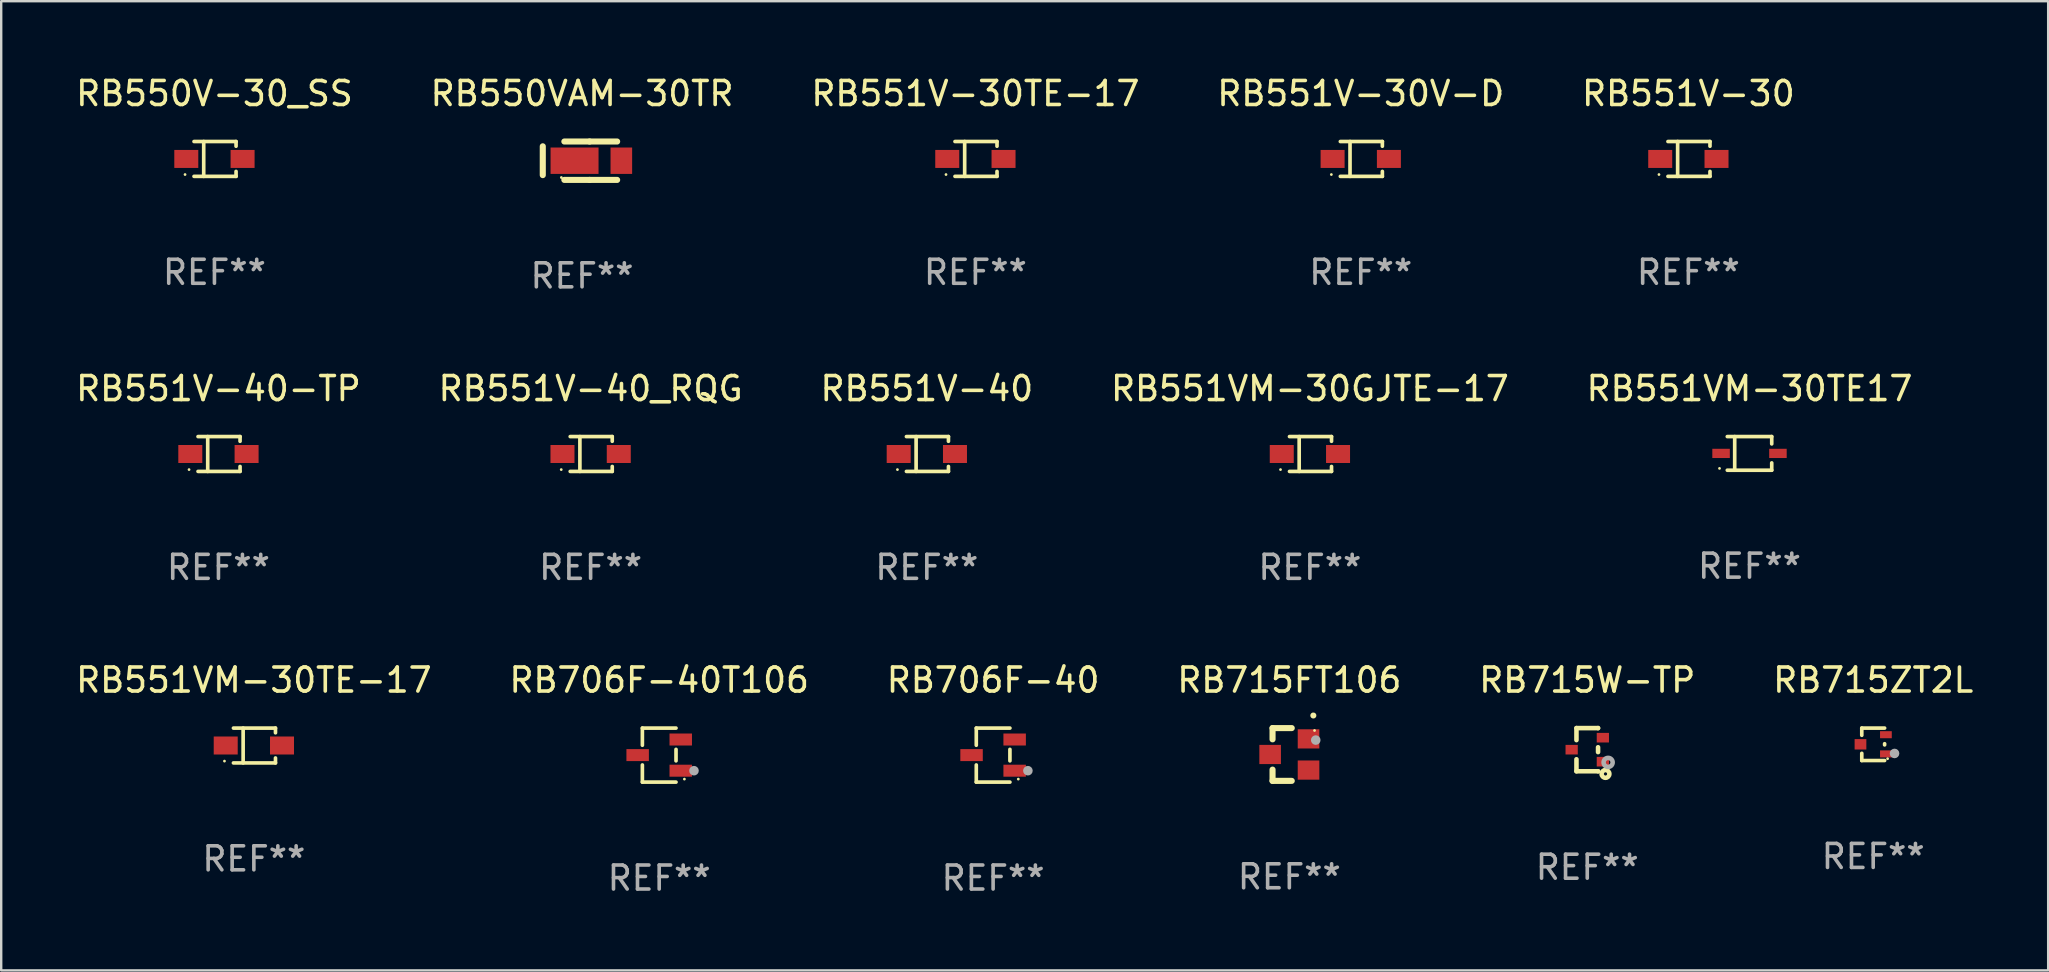
<source format=kicad_pcb>
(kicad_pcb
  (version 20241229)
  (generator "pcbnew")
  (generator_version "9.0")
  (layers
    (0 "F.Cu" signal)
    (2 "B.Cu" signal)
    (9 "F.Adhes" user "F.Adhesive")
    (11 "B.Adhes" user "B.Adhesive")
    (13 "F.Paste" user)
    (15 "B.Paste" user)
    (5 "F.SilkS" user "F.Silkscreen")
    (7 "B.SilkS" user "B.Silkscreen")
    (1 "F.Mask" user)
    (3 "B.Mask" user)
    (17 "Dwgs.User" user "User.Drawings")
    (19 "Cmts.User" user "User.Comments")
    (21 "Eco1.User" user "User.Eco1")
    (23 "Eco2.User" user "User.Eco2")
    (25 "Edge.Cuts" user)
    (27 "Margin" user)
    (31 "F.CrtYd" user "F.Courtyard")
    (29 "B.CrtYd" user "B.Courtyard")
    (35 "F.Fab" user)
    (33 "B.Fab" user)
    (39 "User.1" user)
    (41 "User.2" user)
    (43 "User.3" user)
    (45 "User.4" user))
  (footprint "RB715W-TP"
    (layer "F.Cu")
    (at 63.101 28.194)
    (property "Reference" "RB715W-TP" (at 0 -2.9 0) (layer "F.SilkS") (effects (font (size 1 1) (thickness 0.15))))
    (attr through_hole)
    (fp_line (start -0.45 -0.9) (end 0.45 -0.9) (stroke (width 0.19) (type solid)) (layer "F.SilkS"))
    (fp_line (start -0.45 -0.399) (end -0.45 -0.9) (stroke (width 0.19) (type solid)) (layer "F.SilkS"))
    (fp_line (start -0.45 0.9) (end -0.45 0.399) (stroke (width 0.19) (type solid)) (layer "F.SilkS"))
    (fp_line (start -0.45 0.9) (end 0.45 0.9) (stroke (width 0.19) (type solid)) (layer "F.SilkS"))
    (fp_line (start 0.45 -0.899) (end 0.45 -0.9) (stroke (width 0.19) (type solid)) (layer "F.SilkS"))
    (fp_line (start 0.45 0.101) (end 0.45 -0.101) (stroke (width 0.19) (type solid)) (layer "F.SilkS"))
    (fp_line (start 0.45 0.9) (end 0.45 0.899) (stroke (width 0.19) (type solid)) (layer "F.SilkS"))
    (fp_circle (center 0.76 1.01) (end 0.827 1.01) (stroke (width 0.19) (type solid)) (fill no) (layer "F.SilkS"))
    (fp_circle (center 0.8 0.8) (end 0.81 0.8) (stroke (width 0.02) (type solid)) (fill no) (layer "F.SilkS"))
    (fp_circle (center 0.87 0.53) (end 0.964 0.53) (stroke (width 0.19) (type solid)) (fill no) (layer "F.Fab"))
    (fp_text user "REF**" (at 0 4.9 0) (layer "F.Fab") (effects (font (size 1 1) (thickness 0.15))))
    (pad "1" smd rect (at 0.65 0.5 90) (size 0.4 0.51) (layers "F.Cu" "F.Mask" "F.Paste"))
    (pad "2" smd rect (at 0.65 -0.5 90) (size 0.4 0.51) (layers "F.Cu" "F.Mask" "F.Paste"))
    (pad "3" smd rect (at -0.65 0.000127 90) (size 0.4 0.51) (layers "F.Cu" "F.Mask" "F.Paste")))
  (footprint "RB551VM-30GJTE-17"
    (layer "F.Cu")
    (at 51.542 15.871)
    (property "Reference" "RB551VM-30GJTE-17" (at 0 -2.726 0) (layer "F.SilkS") (effects (font (size 1 1) (thickness 0.15))))
    (attr through_hole)
    (fp_line (start -0.851 -0.726) (end 0.901 -0.726) (stroke (width 0.152) (type solid)) (layer "F.SilkS"))
    (fp_line (start -0.851 0.726) (end 0.901 0.726) (stroke (width 0.152) (type solid)) (layer "F.SilkS"))
    (fp_line (start -0.447 -0.726) (end -0.447 0.726) (stroke (width 0.152) (type solid)) (layer "F.SilkS"))
    (fp_line (start 0.901 -0.726) (end 0.901 -0.53) (stroke (width 0.152) (type solid)) (layer "F.SilkS"))
    (fp_line (start 0.901 0.726) (end 0.901 0.52) (stroke (width 0.152) (type solid)) (layer "F.SilkS"))
    (fp_circle (center -1.225 0.65) (end -1.195 0.65) (stroke (width 0.06) (type solid)) (fill no) (layer "F.SilkS"))
    (fp_text user "REF**" (at 0 4.726 0) (layer "F.Fab") (effects (font (size 1 1) (thickness 0.15))))
    (pad "1" smd rect (at -1.173 0) (size 1 0.75) (layers "F.Cu" "F.Mask" "F.Paste"))
    (pad "2" smd rect (at 1.173 0) (size 1 0.75) (layers "F.Cu" "F.Mask" "F.Paste")))
  (footprint "RB551V-30"
    (layer "F.Cu")
    (at 67.315 3.574)
    (property "Reference" "RB551V-30" (at 0 -2.726 0) (layer "F.SilkS") (effects (font (size 1 1) (thickness 0.15))))
    (attr through_hole)
    (fp_line (start -0.851 -0.726) (end 0.901 -0.726) (stroke (width 0.152) (type solid)) (layer "F.SilkS"))
    (fp_line (start -0.851 0.726) (end 0.901 0.726) (stroke (width 0.152) (type solid)) (layer "F.SilkS"))
    (fp_line (start -0.447 -0.726) (end -0.447 0.726) (stroke (width 0.152) (type solid)) (layer "F.SilkS"))
    (fp_line (start 0.901 -0.726) (end 0.901 -0.53) (stroke (width 0.152) (type solid)) (layer "F.SilkS"))
    (fp_line (start 0.901 0.726) (end 0.901 0.52) (stroke (width 0.152) (type solid)) (layer "F.SilkS"))
    (fp_circle (center -1.225 0.65) (end -1.195 0.65) (stroke (width 0.06) (type solid)) (fill no) (layer "F.SilkS"))
    (fp_text user "REF**" (at 0 4.726 0) (layer "F.Fab") (effects (font (size 1 1) (thickness 0.15))))
    (pad "1" smd rect (at -1.173 0) (size 1 0.75) (layers "F.Cu" "F.Mask" "F.Paste"))
    (pad "2" smd rect (at 1.173 0) (size 1 0.75) (layers "F.Cu" "F.Mask" "F.Paste")))
  (footprint "RB550V-30_SS"
    (layer "F.Cu")
    (at 5.887 3.574)
    (property "Reference" "RB550V-30_SS" (at 0 -2.726 0) (layer "F.SilkS") (effects (font (size 1 1) (thickness 0.15))))
    (attr through_hole)
    (fp_line (start -0.851 -0.726) (end 0.901 -0.726) (stroke (width 0.152) (type solid)) (layer "F.SilkS"))
    (fp_line (start -0.851 0.726) (end 0.901 0.726) (stroke (width 0.152) (type solid)) (layer "F.SilkS"))
    (fp_line (start -0.447 -0.726) (end -0.447 0.726) (stroke (width 0.152) (type solid)) (layer "F.SilkS"))
    (fp_line (start 0.901 -0.726) (end 0.901 -0.53) (stroke (width 0.152) (type solid)) (layer "F.SilkS"))
    (fp_line (start 0.901 0.726) (end 0.901 0.52) (stroke (width 0.152) (type solid)) (layer "F.SilkS"))
    (fp_circle (center -1.225 0.65) (end -1.195 0.65) (stroke (width 0.06) (type solid)) (fill no) (layer "F.SilkS"))
    (fp_text user "REF**" (at 0 4.726 0) (layer "F.Fab") (effects (font (size 1 1) (thickness 0.15))))
    (pad "1" smd rect (at -1.173 0) (size 1 0.75) (layers "F.Cu" "F.Mask" "F.Paste"))
    (pad "2" smd rect (at 1.173 0) (size 1 0.75) (layers "F.Cu" "F.Mask" "F.Paste")))
  (footprint "RB551V-40_RQG"
    (layer "F.Cu")
    (at 21.565 15.871)
    (property "Reference" "RB551V-40_RQG" (at 0 -2.726 0) (layer "F.SilkS") (effects (font (size 1 1) (thickness 0.15))))
    (attr through_hole)
    (fp_line (start -0.851 -0.726) (end 0.901 -0.726) (stroke (width 0.152) (type solid)) (layer "F.SilkS"))
    (fp_line (start -0.851 0.726) (end 0.901 0.726) (stroke (width 0.152) (type solid)) (layer "F.SilkS"))
    (fp_line (start -0.447 -0.726) (end -0.447 0.726) (stroke (width 0.152) (type solid)) (layer "F.SilkS"))
    (fp_line (start 0.901 -0.726) (end 0.901 -0.53) (stroke (width 0.152) (type solid)) (layer "F.SilkS"))
    (fp_line (start 0.901 0.726) (end 0.901 0.52) (stroke (width 0.152) (type solid)) (layer "F.SilkS"))
    (fp_circle (center -1.225 0.65) (end -1.195 0.65) (stroke (width 0.06) (type solid)) (fill no) (layer "F.SilkS"))
    (fp_text user "REF**" (at 0 4.726 0) (layer "F.Fab") (effects (font (size 1 1) (thickness 0.15))))
    (pad "1" smd rect (at -1.173 0) (size 1 0.75) (layers "F.Cu" "F.Mask" "F.Paste"))
    (pad "2" smd rect (at 1.173 0) (size 1 0.75) (layers "F.Cu" "F.Mask" "F.Paste")))
  (footprint "RB551VM-30TE17"
    (layer "F.Cu")
    (at 69.863 15.846)
    (property "Reference" "RB551VM-30TE17" (at 0 -2.701 0) (layer "F.SilkS") (effects (font (size 1 1) (thickness 0.15))))
    (attr through_hole)
    (fp_line (start -0.926 -0.701) (end 0.926 -0.701) (stroke (width 0.152) (type solid)) (layer "F.SilkS"))
    (fp_line (start -0.926 0.701) (end 0.926 0.701) (stroke (width 0.152) (type solid)) (layer "F.SilkS"))
    (fp_line (start -0.617 -0.701) (end -0.617 0.701) (stroke (width 0.152) (type solid)) (layer "F.SilkS"))
    (fp_line (start 0.926 -0.701) (end 0.926 -0.396) (stroke (width 0.152) (type solid)) (layer "F.SilkS"))
    (fp_line (start 0.926 0.701) (end 0.926 0.396) (stroke (width 0.152) (type solid)) (layer "F.SilkS"))
    (fp_circle (center -1.25 0.625) (end -1.22 0.625) (stroke (width 0.06) (type solid)) (fill no) (layer "F.SilkS"))
    (fp_text user "REF**" (at 0 4.701 0) (layer "F.Fab") (effects (font (size 1 1) (thickness 0.15))))
    (pad "1" smd rect (at -1.185 0 180) (size 0.73 0.385) (layers "F.Cu" "F.Mask" "F.Paste"))
    (pad "2" smd rect (at 1.185 0 180) (size 0.73 0.385) (layers "F.Cu" "F.Mask" "F.Paste")))
  (footprint "RB706F-40T106"
    (layer "F.Cu")
    (at 24.423 28.42)
    (property "Reference" "RB706F-40T106" (at 0 -3.126 0) (layer "F.SilkS") (effects (font (size 1 1) (thickness 0.15))))
    (attr through_hole)
    (fp_line (start -0.701 -1.126) (end -0.701 -0.411) (stroke (width 0.152) (type solid)) (layer "F.SilkS"))
    (fp_line (start -0.701 1.126) (end -0.701 0.411) (stroke (width 0.152) (type solid)) (layer "F.SilkS"))
    (fp_line (start 0.701 -1.126) (end -0.701 -1.126) (stroke (width 0.152) (type solid)) (layer "F.SilkS"))
    (fp_line (start 0.701 -0.239) (end 0.701 0.239) (stroke (width 0.152) (type solid)) (layer "F.SilkS"))
    (fp_line (start 0.701 1.126) (end -0.701 1.126) (stroke (width 0.152) (type solid)) (layer "F.SilkS"))
    (fp_circle (center 1.05 1) (end 1.08 1) (stroke (width 0.06) (type solid)) (fill no) (layer "F.SilkS"))
    (fp_circle (center 1.45 0.65) (end 1.55 0.65) (stroke (width 0.2) (type solid)) (fill no) (layer "F.Fab"))
    (fp_text user "REF**" (at 0 5.126 0) (layer "F.Fab") (effects (font (size 1 1) (thickness 0.15))))
    (pad "1" smd rect (at 0.898 0.65) (size 0.936 0.5) (layers "F.Cu" "F.Mask" "F.Paste"))
    (pad "2" smd rect (at 0.898 -0.65) (size 0.936 0.5) (layers "F.Cu" "F.Mask" "F.Paste"))
    (pad "3" smd rect (at -0.898 0) (size 0.936 0.5) (layers "F.Cu" "F.Mask" "F.Paste")))
  (footprint "RB551V-30V-D"
    (layer "F.Cu")
    (at 53.661 3.574)
    (property "Reference" "RB551V-30V-D" (at 0 -2.726 0) (layer "F.SilkS") (effects (font (size 1 1) (thickness 0.15))))
    (attr through_hole)
    (fp_line (start -0.851 -0.726) (end 0.901 -0.726) (stroke (width 0.152) (type solid)) (layer "F.SilkS"))
    (fp_line (start -0.851 0.726) (end 0.901 0.726) (stroke (width 0.152) (type solid)) (layer "F.SilkS"))
    (fp_line (start -0.447 -0.726) (end -0.447 0.726) (stroke (width 0.152) (type solid)) (layer "F.SilkS"))
    (fp_line (start 0.901 -0.726) (end 0.901 -0.53) (stroke (width 0.152) (type solid)) (layer "F.SilkS"))
    (fp_line (start 0.901 0.726) (end 0.901 0.52) (stroke (width 0.152) (type solid)) (layer "F.SilkS"))
    (fp_circle (center -1.225 0.65) (end -1.195 0.65) (stroke (width 0.06) (type solid)) (fill no) (layer "F.SilkS"))
    (fp_text user "REF**" (at 0 4.726 0) (layer "F.Fab") (effects (font (size 1 1) (thickness 0.15))))
    (pad "1" smd rect (at -1.173 0) (size 1 0.75) (layers "F.Cu" "F.Mask" "F.Paste"))
    (pad "2" smd rect (at 1.173 0) (size 1 0.75) (layers "F.Cu" "F.Mask" "F.Paste")))
  (footprint "RB550VAM-30TR"
    (layer "F.Cu")
    (at 21.208 3.648)
    (property "Reference" "RB550VAM-30TR" (at 0 -2.8 0) (layer "F.SilkS") (effects (font (size 1 1) (thickness 0.15))))
    (attr through_hole)
    (fp_line (start -1.637 -0.6) (end -1.637 0.6) (stroke (width 0.254) (type solid)) (layer "F.SilkS"))
    (fp_line (start -0.738 -0.8) (end 0.314 -0.8) (stroke (width 0.254) (type solid)) (layer "F.SilkS"))
    (fp_line (start -0.738 0.8) (end 0.314 0.8) (stroke (width 0.254) (type solid)) (layer "F.SilkS"))
    (fp_line (start 0.314 0.8) (end 1.462 0.8) (stroke (width 0.254) (type solid)) (layer "F.SilkS"))
    (fp_line (start 0.314 -0.8) (end 1.462 -0.8) (stroke (width 0.254) (type solid)) (layer "F.SilkS"))
    (fp_circle (center -0.862 0.7) (end -0.832 0.7) (stroke (width 0.06) (type solid)) (fill no) (layer "F.SilkS"))
    (fp_text user "REF**" (at 0 4.8 0) (layer "F.Fab") (effects (font (size 1 1) (thickness 0.15))))
    (pad "1" smd rect (at -0.313 -0.000064) (size 2 1.1) (layers "F.Cu" "F.Mask" "F.Paste"))
    (pad "2" smd rect (at 1.637 -0.000064) (size 0.9 1.1) (layers "F.Cu" "F.Mask" "F.Paste")))
  (footprint "RB551V-40"
    (layer "F.Cu")
    (at 35.577 15.871)
    (property "Reference" "RB551V-40" (at 0 -2.726 0) (layer "F.SilkS") (effects (font (size 1 1) (thickness 0.15))))
    (attr through_hole)
    (fp_line (start -0.851 -0.726) (end 0.901 -0.726) (stroke (width 0.152) (type solid)) (layer "F.SilkS"))
    (fp_line (start -0.851 0.726) (end 0.901 0.726) (stroke (width 0.152) (type solid)) (layer "F.SilkS"))
    (fp_line (start -0.447 -0.726) (end -0.447 0.726) (stroke (width 0.152) (type solid)) (layer "F.SilkS"))
    (fp_line (start 0.901 -0.726) (end 0.901 -0.53) (stroke (width 0.152) (type solid)) (layer "F.SilkS"))
    (fp_line (start 0.901 0.726) (end 0.901 0.52) (stroke (width 0.152) (type solid)) (layer "F.SilkS"))
    (fp_circle (center -1.225 0.65) (end -1.195 0.65) (stroke (width 0.06) (type solid)) (fill no) (layer "F.SilkS"))
    (fp_text user "REF**" (at 0 4.726 0) (layer "F.Fab") (effects (font (size 1 1) (thickness 0.15))))
    (pad "1" smd rect (at -1.173 0) (size 1 0.75) (layers "F.Cu" "F.Mask" "F.Paste"))
    (pad "2" smd rect (at 1.173 0) (size 1 0.75) (layers "F.Cu" "F.Mask" "F.Paste")))
  (footprint "RB551VM-30TE-17"
    (layer "F.Cu")
    (at 7.53 28.02)
    (property "Reference" "RB551VM-30TE-17" (at 0 -2.726 0) (layer "F.SilkS") (effects (font (size 1 1) (thickness 0.15))))
    (attr through_hole)
    (fp_line (start -0.851 -0.726) (end 0.901 -0.726) (stroke (width 0.152) (type solid)) (layer "F.SilkS"))
    (fp_line (start -0.851 0.726) (end 0.901 0.726) (stroke (width 0.152) (type solid)) (layer "F.SilkS"))
    (fp_line (start -0.447 -0.726) (end -0.447 0.726) (stroke (width 0.152) (type solid)) (layer "F.SilkS"))
    (fp_line (start 0.901 -0.726) (end 0.901 -0.53) (stroke (width 0.152) (type solid)) (layer "F.SilkS"))
    (fp_line (start 0.901 0.726) (end 0.901 0.52) (stroke (width 0.152) (type solid)) (layer "F.SilkS"))
    (fp_circle (center -1.225 0.65) (end -1.195 0.65) (stroke (width 0.06) (type solid)) (fill no) (layer "F.SilkS"))
    (fp_text user "REF**" (at 0 4.726 0) (layer "F.Fab") (effects (font (size 1 1) (thickness 0.15))))
    (pad "1" smd rect (at -1.173 0) (size 1 0.75) (layers "F.Cu" "F.Mask" "F.Paste"))
    (pad "2" smd rect (at 1.173 0) (size 1 0.75) (layers "F.Cu" "F.Mask" "F.Paste")))
  (footprint "RB551V-40-TP"
    (layer "F.Cu")
    (at 6.054 15.871)
    (property "Reference" "RB551V-40-TP" (at 0 -2.726 0) (layer "F.SilkS") (effects (font (size 1 1) (thickness 0.15))))
    (attr through_hole)
    (fp_line (start -0.851 -0.726) (end 0.901 -0.726) (stroke (width 0.152) (type solid)) (layer "F.SilkS"))
    (fp_line (start -0.851 0.726) (end 0.901 0.726) (stroke (width 0.152) (type solid)) (layer "F.SilkS"))
    (fp_line (start -0.447 -0.726) (end -0.447 0.726) (stroke (width 0.152) (type solid)) (layer "F.SilkS"))
    (fp_line (start 0.901 -0.726) (end 0.901 -0.53) (stroke (width 0.152) (type solid)) (layer "F.SilkS"))
    (fp_line (start 0.901 0.726) (end 0.901 0.52) (stroke (width 0.152) (type solid)) (layer "F.SilkS"))
    (fp_circle (center -1.225 0.65) (end -1.195 0.65) (stroke (width 0.06) (type solid)) (fill no) (layer "F.SilkS"))
    (fp_text user "REF**" (at 0 4.726 0) (layer "F.Fab") (effects (font (size 1 1) (thickness 0.15))))
    (pad "1" smd rect (at -1.173 0) (size 1 0.75) (layers "F.Cu" "F.Mask" "F.Paste"))
    (pad "2" smd rect (at 1.173 0) (size 1 0.75) (layers "F.Cu" "F.Mask" "F.Paste")))
  (footprint "RB706F-40"
    (layer "F.Cu")
    (at 38.339 28.42)
    (property "Reference" "RB706F-40" (at 0 -3.126 0) (layer "F.SilkS") (effects (font (size 1 1) (thickness 0.15))))
    (attr through_hole)
    (fp_line (start -0.701 -1.126) (end -0.701 -0.411) (stroke (width 0.152) (type solid)) (layer "F.SilkS"))
    (fp_line (start -0.701 1.126) (end -0.701 0.411) (stroke (width 0.152) (type solid)) (layer "F.SilkS"))
    (fp_line (start 0.701 -1.126) (end -0.701 -1.126) (stroke (width 0.152) (type solid)) (layer "F.SilkS"))
    (fp_line (start 0.701 -0.239) (end 0.701 0.239) (stroke (width 0.152) (type solid)) (layer "F.SilkS"))
    (fp_line (start 0.701 1.126) (end -0.701 1.126) (stroke (width 0.152) (type solid)) (layer "F.SilkS"))
    (fp_circle (center 1.05 1) (end 1.08 1) (stroke (width 0.06) (type solid)) (fill no) (layer "F.SilkS"))
    (fp_circle (center 1.45 0.65) (end 1.55 0.65) (stroke (width 0.2) (type solid)) (fill no) (layer "F.Fab"))
    (fp_text user "REF**" (at 0 5.126 0) (layer "F.Fab") (effects (font (size 1 1) (thickness 0.15))))
    (pad "1" smd rect (at 0.898 0.65) (size 0.936 0.5) (layers "F.Cu" "F.Mask" "F.Paste"))
    (pad "2" smd rect (at 0.898 -0.65) (size 0.936 0.5) (layers "F.Cu" "F.Mask" "F.Paste"))
    (pad "3" smd rect (at -0.898 0) (size 0.936 0.5) (layers "F.Cu" "F.Mask" "F.Paste")))
  (footprint "RB715ZT2L"
    (layer "F.Cu")
    (at 75.018 27.97)
    (property "Reference" "RB715ZT2L" (at 0 -2.676 0) (layer "F.SilkS") (effects (font (size 1 1) (thickness 0.15))))
    (attr through_hole)
    (fp_line (start -0.476 -0.676) (end -0.476 -0.376) (stroke (width 0.152) (type solid)) (layer "F.SilkS"))
    (fp_line (start -0.476 0.676) (end -0.476 0.376) (stroke (width 0.152) (type solid)) (layer "F.SilkS"))
    (fp_line (start 0.476 -0.676) (end -0.476 -0.676) (stroke (width 0.152) (type solid)) (layer "F.SilkS"))
    (fp_line (start 0.476 -0.024) (end 0.476 0.024) (stroke (width 0.152) (type solid)) (layer "F.SilkS"))
    (fp_line (start 0.476 0.676) (end -0.476 0.676) (stroke (width 0.152) (type solid)) (layer "F.SilkS"))
    (fp_circle (center 0.6 0.6) (end 0.63 0.6) (stroke (width 0.06) (type solid)) (fill no) (layer "F.SilkS"))
    (fp_circle (center 0.889 0.381) (end 0.989 0.381) (stroke (width 0.2) (type solid)) (fill no) (layer "F.Fab"))
    (fp_text user "REF**" (at 0 4.676 0) (layer "F.Fab") (effects (font (size 1 1) (thickness 0.15))))
    (pad "1" smd rect (at 0.53 0.4) (size 0.489 0.294) (layers "F.Cu" "F.Mask" "F.Paste"))
    (pad "2" smd rect (at 0.53 -0.4) (size 0.489 0.294) (layers "F.Cu" "F.Mask" "F.Paste"))
    (pad "3" smd rect (at -0.53 0) (size 0.489 0.434) (layers "F.Cu" "F.Mask" "F.Paste")))
  (footprint "RB551V-30TE-17"
    (layer "F.Cu")
    (at 37.601 3.574)
    (property "Reference" "RB551V-30TE-17" (at 0 -2.726 0) (layer "F.SilkS") (effects (font (size 1 1) (thickness 0.15))))
    (attr through_hole)
    (fp_line (start -0.851 -0.726) (end 0.901 -0.726) (stroke (width 0.152) (type solid)) (layer "F.SilkS"))
    (fp_line (start -0.851 0.726) (end 0.901 0.726) (stroke (width 0.152) (type solid)) (layer "F.SilkS"))
    (fp_line (start -0.447 -0.726) (end -0.447 0.726) (stroke (width 0.152) (type solid)) (layer "F.SilkS"))
    (fp_line (start 0.901 -0.726) (end 0.901 -0.53) (stroke (width 0.152) (type solid)) (layer "F.SilkS"))
    (fp_line (start 0.901 0.726) (end 0.901 0.52) (stroke (width 0.152) (type solid)) (layer "F.SilkS"))
    (fp_circle (center -1.225 0.65) (end -1.195 0.65) (stroke (width 0.06) (type solid)) (fill no) (layer "F.SilkS"))
    (fp_text user "REF**" (at 0 4.726 0) (layer "F.Fab") (effects (font (size 1 1) (thickness 0.15))))
    (pad "1" smd rect (at -1.173 0) (size 1 0.75) (layers "F.Cu" "F.Mask" "F.Paste"))
    (pad "2" smd rect (at 1.173 0) (size 1 0.75) (layers "F.Cu" "F.Mask" "F.Paste")))
  (footprint "RB715FT106"
    (layer "F.Cu")
    (at 50.685 28.394)
    (property "Reference" "RB715FT106" (at 0 -3.1 0) (layer "F.SilkS") (effects (font (size 1 1) (thickness 0.15))))
    (attr through_hole)
    (fp_line (start -0.7 -1.1) (end 0.1 -1.1) (stroke (width 0.254) (type solid)) (layer "F.SilkS"))
    (fp_line (start -0.7 -0.631) (end -0.7 -1.1) (stroke (width 0.254) (type solid)) (layer "F.SilkS"))
    (fp_line (start -0.7 1.1) (end -0.7 0.631) (stroke (width 0.254) (type solid)) (layer "F.SilkS"))
    (fp_line (start -0.7 1.1) (end 0.1 1.1) (stroke (width 0.254) (type solid)) (layer "F.SilkS"))
    (fp_arc (start 0.99873 -1.62446) (mid 1 -1.624466) (end 1.00127 -1.62446) (stroke (width 0.24892) (type solid)) (layer "F.SilkS"))
    (fp_circle (center 1.05 -1) (end 1.08 -1) (stroke (width 0.06) (type solid)) (fill no) (layer "F.SilkS"))
    (fp_circle (center 1.1 -0.6) (end 1.2 -0.6) (stroke (width 0.2) (type solid)) (fill no) (layer "F.Fab"))
    (fp_text user "REF**" (at 0 5.1 0) (layer "F.Fab") (effects (font (size 1 1) (thickness 0.15))))
    (pad "1" smd rect (at 0.8 -0.65 90) (size 0.8 0.9) (layers "F.Cu" "F.Mask" "F.Paste"))
    (pad "2" smd rect (at 0.8 0.65 90) (size 0.8 0.9) (layers "F.Cu" "F.Mask" "F.Paste"))
    (pad "3" smd rect (at -0.8 0 90) (size 0.8 0.9) (layers "F.Cu" "F.Mask" "F.Paste")))
  (gr_rect
    (start -3 -3)
    (end 82.31 37.394)
    (stroke (width 0.1) (type default))
    (fill no)
    (layer "Edge.Cuts")))
</source>
